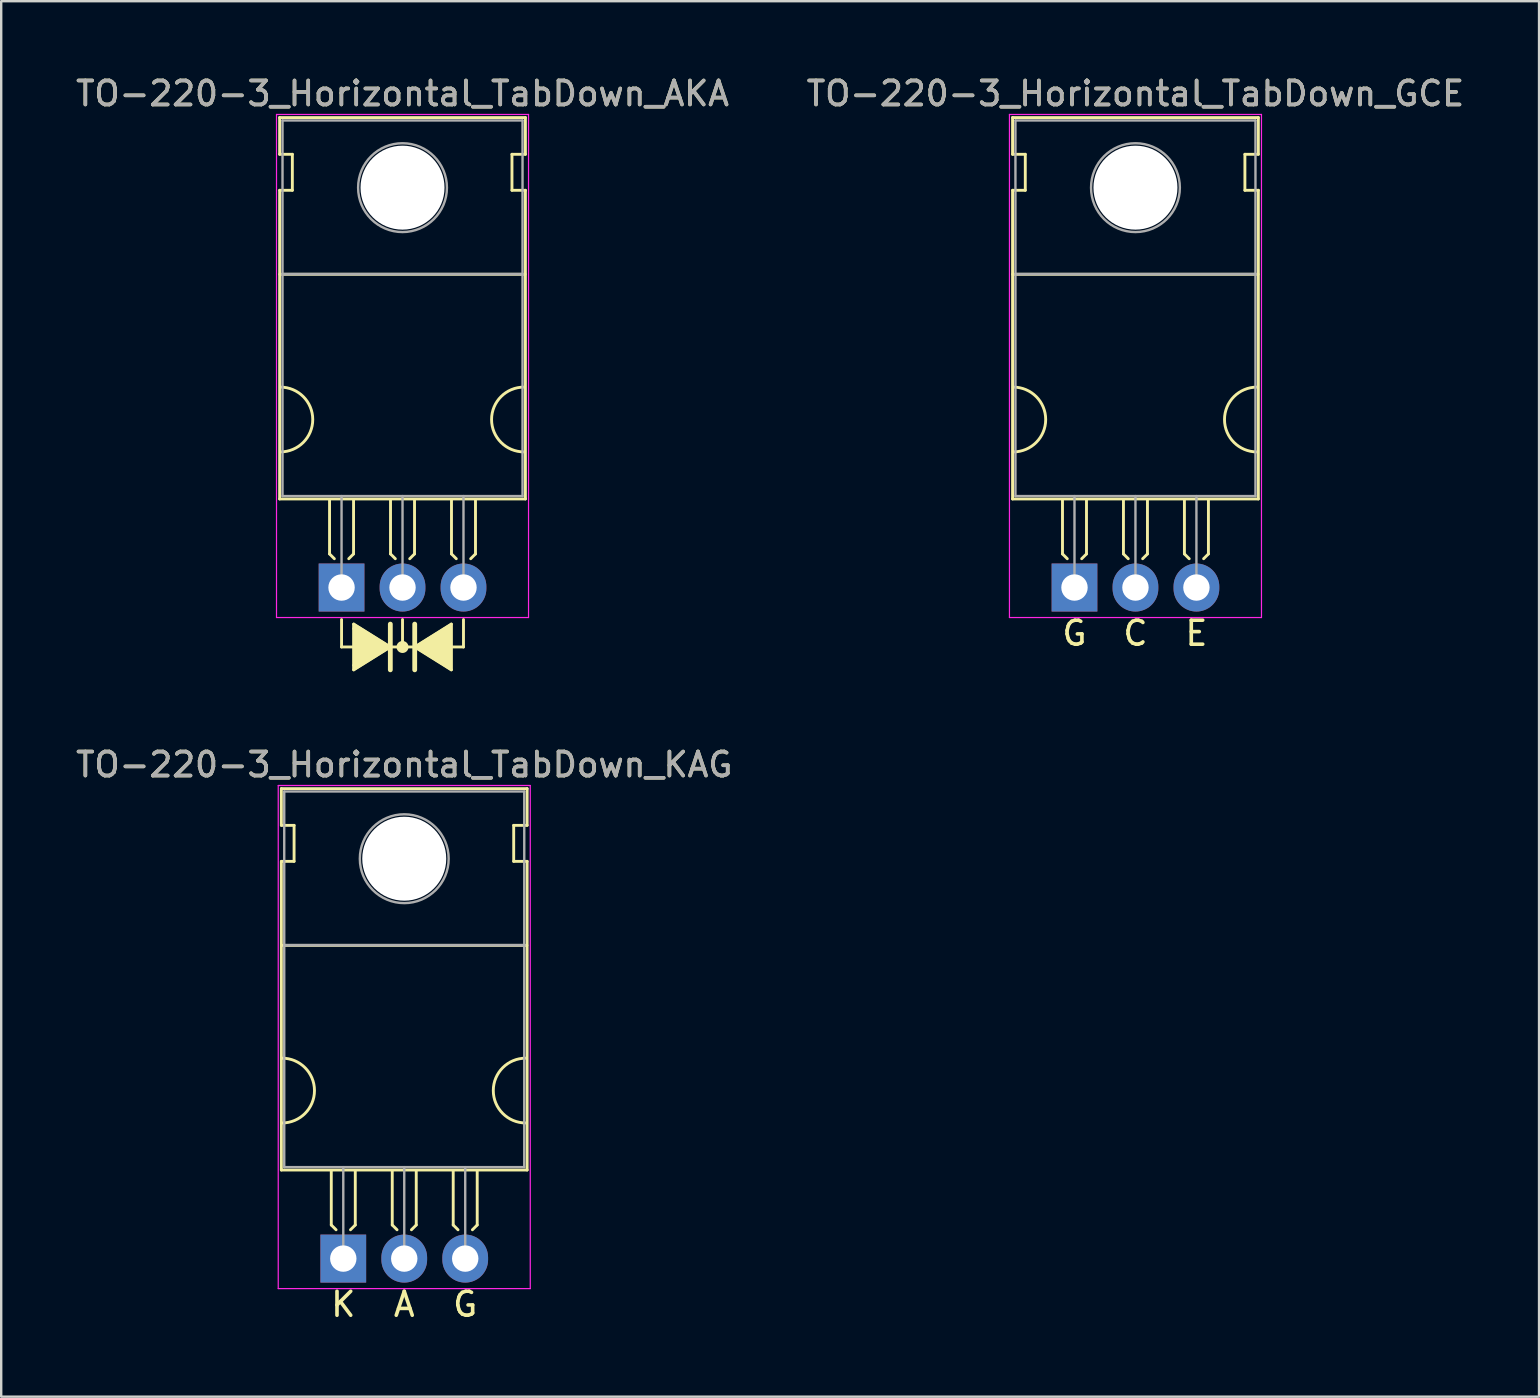
<source format=kicad_pcb>
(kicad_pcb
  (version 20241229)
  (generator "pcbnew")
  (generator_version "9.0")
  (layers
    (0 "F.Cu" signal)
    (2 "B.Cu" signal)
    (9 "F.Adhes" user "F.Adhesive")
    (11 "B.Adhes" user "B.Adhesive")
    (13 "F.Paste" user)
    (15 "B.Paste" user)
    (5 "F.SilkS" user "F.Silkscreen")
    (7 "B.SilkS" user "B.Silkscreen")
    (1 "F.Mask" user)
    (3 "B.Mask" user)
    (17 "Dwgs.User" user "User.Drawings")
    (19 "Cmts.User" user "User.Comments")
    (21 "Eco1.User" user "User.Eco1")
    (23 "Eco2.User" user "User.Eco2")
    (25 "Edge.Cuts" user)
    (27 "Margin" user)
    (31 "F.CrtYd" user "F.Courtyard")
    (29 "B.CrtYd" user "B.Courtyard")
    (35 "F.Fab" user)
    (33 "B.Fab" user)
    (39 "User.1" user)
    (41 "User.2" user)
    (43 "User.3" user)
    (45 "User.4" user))
  (footprint "TO-220-3_Horizontal_TabDown_AKA"
    (layer "F.Cu")
    (at 11.18 21.428)
    (property "Reference" "TO-220-3_Horizontal_TabDown_AKA" (at 2.54 -20.58 0) (layer "F.SilkS") (effects (font (size 1 1) (thickness 0.15))))
    (attr through_hole)
    (fp_line (start -2.58 -19.58) (end -2.58 -18.05) (stroke (width 0.12) (type solid)) (layer "F.SilkS"))
    (fp_line (start -2.58 -19.58) (end 7.66 -19.58) (stroke (width 0.12) (type solid)) (layer "F.SilkS"))
    (fp_line (start -2.58 -18.05) (end -2.05 -18.05) (stroke (width 0.12) (type solid)) (layer "F.SilkS"))
    (fp_line (start -2.58 -16.55) (end -2.58 -3.69) (stroke (width 0.12) (type solid)) (layer "F.SilkS"))
    (fp_line (start -2.58 -3.69) (end 7.66 -3.69) (stroke (width 0.12) (type solid)) (layer "F.SilkS"))
    (fp_line (start -2.575 -13.05) (end 7.65 -13.05) (stroke (width 0.12) (type solid)) (layer "F.SilkS"))
    (fp_line (start -2.05 -18.05) (end -2.05 -16.55) (stroke (width 0.12) (type solid)) (layer "F.SilkS"))
    (fp_line (start -2.05 -16.55) (end -2.575 -16.55) (stroke (width 0.12) (type solid)) (layer "F.SilkS"))
    (fp_line (start -0.5 -3.65) (end -0.5 -1.4) (stroke (width 0.12) (type solid)) (layer "F.SilkS"))
    (fp_line (start -0.5 -1.4) (end -0.3 -1.2) (stroke (width 0.12) (type solid)) (layer "F.SilkS"))
    (fp_line (start 0 1.333) (end 0 2.477) (stroke (width 0.12) (type solid)) (layer "F.SilkS"))
    (fp_line (start 0 2.477) (end 0.508 2.477) (stroke (width 0.12) (type solid)) (layer "F.SilkS"))
    (fp_line (start 0.5 -3.65) (end 0.5 -1.4) (stroke (width 0.12) (type solid)) (layer "F.SilkS"))
    (fp_line (start 0.5 -1.4) (end 0.3 -1.2) (stroke (width 0.12) (type solid)) (layer "F.SilkS"))
    (fp_line (start 0.508 1.714) (end 0.508 1.524) (stroke (width 0.12) (type solid)) (layer "F.SilkS"))
    (fp_line (start 0.508 1.714) (end 0.508 3.239) (stroke (width 0.12) (type solid)) (layer "F.SilkS"))
    (fp_line (start 0.508 3.239) (end 0.508 3.429) (stroke (width 0.12) (type solid)) (layer "F.SilkS"))
    (fp_line (start 2.032 2.477) (end 0.508 1.524) (stroke (width 0.12) (type solid)) (layer "F.SilkS"))
    (fp_line (start 2.032 2.477) (end 0.508 3.429) (stroke (width 0.12) (type solid)) (layer "F.SilkS"))
    (fp_line (start 2.032 3.429) (end 2.032 1.524) (stroke (width 0.2) (type solid)) (layer "F.SilkS"))
    (fp_line (start 2.04 -3.65) (end 2.04 -1.4) (stroke (width 0.12) (type solid)) (layer "F.SilkS"))
    (fp_line (start 2.04 -1.4) (end 2.24 -1.2) (stroke (width 0.12) (type solid)) (layer "F.SilkS"))
    (fp_line (start 2.54 1.333) (end 2.54 2.477) (stroke (width 0.12) (type solid)) (layer "F.SilkS"))
    (fp_line (start 2.54 2.477) (end 2.032 2.477) (stroke (width 0.12) (type solid)) (layer "F.SilkS"))
    (fp_line (start 2.54 2.477) (end 3.048 2.477) (stroke (width 0.12) (type solid)) (layer "F.SilkS"))
    (fp_line (start 3.04 -3.65) (end 3.04 -1.4) (stroke (width 0.12) (type solid)) (layer "F.SilkS"))
    (fp_line (start 3.04 -1.4) (end 2.84 -1.2) (stroke (width 0.12) (type solid)) (layer "F.SilkS"))
    (fp_line (start 3.048 1.524) (end 3.048 3.429) (stroke (width 0.2) (type solid)) (layer "F.SilkS"))
    (fp_line (start 3.048 2.477) (end 4.572 3.429) (stroke (width 0.12) (type solid)) (layer "F.SilkS"))
    (fp_line (start 4.572 1.524) (end 3.048 2.477) (stroke (width 0.12) (type solid)) (layer "F.SilkS"))
    (fp_line (start 4.572 3.429) (end 4.572 1.524) (stroke (width 0.12) (type solid)) (layer "F.SilkS"))
    (fp_line (start 4.58 -3.65) (end 4.58 -1.4) (stroke (width 0.12) (type solid)) (layer "F.SilkS"))
    (fp_line (start 4.58 -1.4) (end 4.78 -1.2) (stroke (width 0.12) (type solid)) (layer "F.SilkS"))
    (fp_line (start 5.08 1.333) (end 5.08 2.477) (stroke (width 0.12) (type solid)) (layer "F.SilkS"))
    (fp_line (start 5.08 2.477) (end 4.572 2.477) (stroke (width 0.12) (type solid)) (layer "F.SilkS"))
    (fp_line (start 5.58 -3.65) (end 5.58 -1.4) (stroke (width 0.12) (type solid)) (layer "F.SilkS"))
    (fp_line (start 5.58 -1.4) (end 5.38 -1.2) (stroke (width 0.12) (type solid)) (layer "F.SilkS"))
    (fp_line (start 7.1 -18.05) (end 7.66 -18.05) (stroke (width 0.12) (type solid)) (layer "F.SilkS"))
    (fp_line (start 7.1 -16.55) (end 7.1 -18.05) (stroke (width 0.12) (type solid)) (layer "F.SilkS"))
    (fp_line (start 7.66 -19.58) (end 7.66 -18.05) (stroke (width 0.12) (type solid)) (layer "F.SilkS"))
    (fp_line (start 7.66 -16.55) (end 7.1 -16.55) (stroke (width 0.12) (type solid)) (layer "F.SilkS"))
    (fp_line (start 7.66 -16.55) (end 7.66 -3.69) (stroke (width 0.12) (type solid)) (layer "F.SilkS"))
    (fp_arc (start -2.55 -8.35) (mid -1.2 -7) (end -2.55 -5.65) (stroke (width 0.12) (type solid)) (layer "F.SilkS"))
    (fp_arc (start 7.6 -5.65) (mid 6.25 -7) (end 7.6 -8.35) (stroke (width 0.12) (type solid)) (layer "F.SilkS"))
    (fp_circle (center 2.54 2.477) (end 2.54 2.54) (stroke (width 0.12) (type solid)) (fill no) (layer "F.SilkS"))
    (fp_circle (center 2.54 2.477) (end 2.54 2.603) (stroke (width 0.12) (type solid)) (fill no) (layer "F.SilkS"))
    (fp_circle (center 2.54 2.477) (end 2.54 2.667) (stroke (width 0.12) (type solid)) (fill no) (layer "F.SilkS"))
    (fp_poly (pts (xy 2.032 2.477) (xy 0.508 3.429) (xy 0.508 1.524)) (stroke (width 0.1) (type solid)) (fill yes) (layer "F.SilkS"))
    (fp_poly (pts (xy 4.572 3.429) (xy 3.048 2.477) (xy 4.572 1.524)) (stroke (width 0.1) (type solid)) (fill yes) (layer "F.SilkS"))
    (fp_line (start -2.71 -19.71) (end -2.71 1.25) (stroke (width 0.05) (type solid)) (layer "F.CrtYd"))
    (fp_line (start -2.71 1.25) (end 7.79 1.25) (stroke (width 0.05) (type solid)) (layer "F.CrtYd"))
    (fp_line (start 7.79 -19.71) (end -2.71 -19.71) (stroke (width 0.05) (type solid)) (layer "F.CrtYd"))
    (fp_line (start 7.79 1.25) (end 7.79 -19.71) (stroke (width 0.05) (type solid)) (layer "F.CrtYd"))
    (fp_line (start -2.46 -19.46) (end 7.54 -19.46) (stroke (width 0.1) (type solid)) (layer "F.Fab"))
    (fp_line (start -2.46 -13.06) (end -2.46 -19.46) (stroke (width 0.1) (type solid)) (layer "F.Fab"))
    (fp_line (start -2.46 -13.06) (end 7.54 -13.06) (stroke (width 0.1) (type solid)) (layer "F.Fab"))
    (fp_line (start -2.46 -3.81) (end -2.46 -13.06) (stroke (width 0.1) (type solid)) (layer "F.Fab"))
    (fp_line (start 0 -3.81) (end 0 0) (stroke (width 0.1) (type solid)) (layer "F.Fab"))
    (fp_line (start 2.54 -3.81) (end 2.54 0) (stroke (width 0.1) (type solid)) (layer "F.Fab"))
    (fp_line (start 5.08 -3.81) (end 5.08 0) (stroke (width 0.1) (type solid)) (layer "F.Fab"))
    (fp_line (start 7.54 -19.46) (end 7.54 -13.06) (stroke (width 0.1) (type solid)) (layer "F.Fab"))
    (fp_line (start 7.54 -13.06) (end -2.46 -13.06) (stroke (width 0.1) (type solid)) (layer "F.Fab"))
    (fp_line (start 7.54 -13.06) (end 7.54 -3.81) (stroke (width 0.1) (type solid)) (layer "F.Fab"))
    (fp_line (start 7.54 -3.81) (end -2.46 -3.81) (stroke (width 0.1) (type solid)) (layer "F.Fab"))
    (fp_circle (center 2.54 -16.66) (end 4.39 -16.66) (stroke (width 0.1) (type solid)) (fill no) (layer "F.Fab"))
    (fp_text user "${REFERENCE}" (at 2.54 -20.58 0) (layer "F.Fab") (effects (font (size 1 1) (thickness 0.15))))
    (pad "" np_thru_hole oval (at 2.54 -16.66) (size 3.5 3.5) (drill 3.5) (layers "*.Cu" "*.Mask"))
    (pad "1" thru_hole rect (at 0 0) (size 1.905 2) (drill 1.1) (layers "*.Cu" "*.Mask"))
    (pad "2" thru_hole oval (at 2.54 0) (size 1.905 2) (drill 1.1) (layers "*.Cu" "*.Mask"))
    (pad "3" thru_hole oval (at 5.08 0) (size 1.905 2) (drill 1.1) (layers "*.Cu" "*.Mask")))
  (footprint "TO-220-3_Horizontal_TabDown_GCE"
    (layer "F.Cu")
    (at 41.716 21.428)
    (property "Reference" "TO-220-3_Horizontal_TabDown_GCE" (at 2.54 -20.58 0) (layer "F.SilkS") (effects (font (size 1 1) (thickness 0.15))))
    (fp_line (start -2.58 -19.58) (end -2.58 -18.05) (stroke (width 0.12) (type solid)) (layer "F.SilkS"))
    (fp_line (start -2.58 -19.58) (end 7.66 -19.58) (stroke (width 0.12) (type solid)) (layer "F.SilkS"))
    (fp_line (start -2.58 -18.05) (end -2.05 -18.05) (stroke (width 0.12) (type solid)) (layer "F.SilkS"))
    (fp_line (start -2.58 -16.55) (end -2.58 -3.69) (stroke (width 0.12) (type solid)) (layer "F.SilkS"))
    (fp_line (start -2.58 -3.69) (end 7.66 -3.69) (stroke (width 0.12) (type solid)) (layer "F.SilkS"))
    (fp_line (start -2.575 -13.05) (end 7.65 -13.05) (stroke (width 0.12) (type solid)) (layer "F.SilkS"))
    (fp_line (start -2.05 -18.05) (end -2.05 -16.55) (stroke (width 0.12) (type solid)) (layer "F.SilkS"))
    (fp_line (start -2.05 -16.55) (end -2.575 -16.55) (stroke (width 0.12) (type solid)) (layer "F.SilkS"))
    (fp_line (start -0.5 -3.65) (end -0.5 -1.4) (stroke (width 0.12) (type solid)) (layer "F.SilkS"))
    (fp_line (start -0.5 -1.4) (end -0.3 -1.2) (stroke (width 0.12) (type solid)) (layer "F.SilkS"))
    (fp_line (start 0.5 -3.65) (end 0.5 -1.4) (stroke (width 0.12) (type solid)) (layer "F.SilkS"))
    (fp_line (start 0.5 -1.4) (end 0.3 -1.2) (stroke (width 0.12) (type solid)) (layer "F.SilkS"))
    (fp_line (start 2.04 -3.65) (end 2.04 -1.4) (stroke (width 0.12) (type solid)) (layer "F.SilkS"))
    (fp_line (start 2.04 -1.4) (end 2.24 -1.2) (stroke (width 0.12) (type solid)) (layer "F.SilkS"))
    (fp_line (start 3.04 -3.65) (end 3.04 -1.4) (stroke (width 0.12) (type solid)) (layer "F.SilkS"))
    (fp_line (start 3.04 -1.4) (end 2.84 -1.2) (stroke (width 0.12) (type solid)) (layer "F.SilkS"))
    (fp_line (start 4.58 -3.65) (end 4.58 -1.4) (stroke (width 0.12) (type solid)) (layer "F.SilkS"))
    (fp_line (start 4.58 -1.4) (end 4.78 -1.2) (stroke (width 0.12) (type solid)) (layer "F.SilkS"))
    (fp_line (start 5.58 -3.65) (end 5.58 -1.4) (stroke (width 0.12) (type solid)) (layer "F.SilkS"))
    (fp_line (start 5.58 -1.4) (end 5.38 -1.2) (stroke (width 0.12) (type solid)) (layer "F.SilkS"))
    (fp_line (start 7.1 -18.05) (end 7.66 -18.05) (stroke (width 0.12) (type solid)) (layer "F.SilkS"))
    (fp_line (start 7.1 -16.55) (end 7.1 -18.05) (stroke (width 0.12) (type solid)) (layer "F.SilkS"))
    (fp_line (start 7.66 -19.58) (end 7.66 -18.05) (stroke (width 0.12) (type solid)) (layer "F.SilkS"))
    (fp_line (start 7.66 -16.55) (end 7.1 -16.55) (stroke (width 0.12) (type solid)) (layer "F.SilkS"))
    (fp_line (start 7.66 -16.55) (end 7.66 -3.69) (stroke (width 0.12) (type solid)) (layer "F.SilkS"))
    (fp_arc (start -2.55 -8.35) (mid -1.2 -7) (end -2.55 -5.65) (stroke (width 0.12) (type solid)) (layer "F.SilkS"))
    (fp_arc (start 7.6 -5.65) (mid 6.25 -7) (end 7.6 -8.35) (stroke (width 0.12) (type solid)) (layer "F.SilkS"))
    (fp_line (start -2.71 -19.71) (end -2.71 1.25) (stroke (width 0.05) (type solid)) (layer "F.CrtYd"))
    (fp_line (start -2.71 1.25) (end 7.79 1.25) (stroke (width 0.05) (type solid)) (layer "F.CrtYd"))
    (fp_line (start 7.79 -19.71) (end -2.71 -19.71) (stroke (width 0.05) (type solid)) (layer "F.CrtYd"))
    (fp_line (start 7.79 1.25) (end 7.79 -19.71) (stroke (width 0.05) (type solid)) (layer "F.CrtYd"))
    (fp_line (start -2.46 -19.46) (end 7.54 -19.46) (stroke (width 0.1) (type solid)) (layer "F.Fab"))
    (fp_line (start -2.46 -13.06) (end -2.46 -19.46) (stroke (width 0.1) (type solid)) (layer "F.Fab"))
    (fp_line (start -2.46 -13.06) (end 7.54 -13.06) (stroke (width 0.1) (type solid)) (layer "F.Fab"))
    (fp_line (start -2.46 -3.81) (end -2.46 -13.06) (stroke (width 0.1) (type solid)) (layer "F.Fab"))
    (fp_line (start 0 -3.81) (end 0 0) (stroke (width 0.1) (type solid)) (layer "F.Fab"))
    (fp_line (start 2.54 -3.81) (end 2.54 0) (stroke (width 0.1) (type solid)) (layer "F.Fab"))
    (fp_line (start 5.08 -3.81) (end 5.08 0) (stroke (width 0.1) (type solid)) (layer "F.Fab"))
    (fp_line (start 7.54 -19.46) (end 7.54 -13.06) (stroke (width 0.1) (type solid)) (layer "F.Fab"))
    (fp_line (start 7.54 -13.06) (end -2.46 -13.06) (stroke (width 0.1) (type solid)) (layer "F.Fab"))
    (fp_line (start 7.54 -13.06) (end 7.54 -3.81) (stroke (width 0.1) (type solid)) (layer "F.Fab"))
    (fp_line (start 7.54 -3.81) (end -2.46 -3.81) (stroke (width 0.1) (type solid)) (layer "F.Fab"))
    (fp_circle (center 2.54 -16.66) (end 4.39 -16.66) (stroke (width 0.1) (type solid)) (fill no) (layer "F.Fab"))
    (fp_text user "G" (at 0 1.905 0) (unlocked yes) (layer "F.SilkS") (effects (font (size 1 1) (thickness 0.15))))
    (fp_text user "E" (at 5.08 1.905 0) (unlocked yes) (layer "F.SilkS") (effects (font (size 1 1) (thickness 0.15))))
    (fp_text user "C" (at 2.54 1.905 0) (unlocked yes) (layer "F.SilkS") (effects (font (size 1 1) (thickness 0.15))))
    (fp_text user "${REFERENCE}" (at 2.54 -20.58 0) (layer "F.Fab") (effects (font (size 1 1) (thickness 0.15))))
    (pad "" np_thru_hole oval (at 2.54 -16.66) (size 3.5 3.5) (drill 3.5) (layers "*.Cu" "*.Mask"))
    (pad "1" thru_hole rect (at 0 0) (size 1.905 2) (drill 1.1) (layers "*.Cu" "*.Mask"))
    (pad "2" thru_hole oval (at 2.54 0) (size 1.905 2) (drill 1.1) (layers "*.Cu" "*.Mask"))
    (pad "3" thru_hole oval (at 5.08 0) (size 1.905 2) (drill 1.1) (layers "*.Cu" "*.Mask")))
  (footprint "TO-220-3_Horizontal_TabDown_KAG"
    (layer "F.Cu")
    (at 11.252 49.386)
    (property "Reference" "TO-220-3_Horizontal_TabDown_KAG" (at 2.54 -20.58 0) (layer "F.SilkS") (effects (font (size 1 1) (thickness 0.15))))
    (fp_line (start -2.58 -19.58) (end -2.58 -18.05) (stroke (width 0.12) (type solid)) (layer "F.SilkS"))
    (fp_line (start -2.58 -19.58) (end 7.66 -19.58) (stroke (width 0.12) (type solid)) (layer "F.SilkS"))
    (fp_line (start -2.58 -18.05) (end -2.05 -18.05) (stroke (width 0.12) (type solid)) (layer "F.SilkS"))
    (fp_line (start -2.58 -16.55) (end -2.58 -3.69) (stroke (width 0.12) (type solid)) (layer "F.SilkS"))
    (fp_line (start -2.58 -3.69) (end 7.66 -3.69) (stroke (width 0.12) (type solid)) (layer "F.SilkS"))
    (fp_line (start -2.575 -13.05) (end 7.65 -13.05) (stroke (width 0.12) (type solid)) (layer "F.SilkS"))
    (fp_line (start -2.05 -18.05) (end -2.05 -16.55) (stroke (width 0.12) (type solid)) (layer "F.SilkS"))
    (fp_line (start -2.05 -16.55) (end -2.575 -16.55) (stroke (width 0.12) (type solid)) (layer "F.SilkS"))
    (fp_line (start -0.5 -3.65) (end -0.5 -1.4) (stroke (width 0.12) (type solid)) (layer "F.SilkS"))
    (fp_line (start -0.5 -1.4) (end -0.3 -1.2) (stroke (width 0.12) (type solid)) (layer "F.SilkS"))
    (fp_line (start 0.5 -3.65) (end 0.5 -1.4) (stroke (width 0.12) (type solid)) (layer "F.SilkS"))
    (fp_line (start 0.5 -1.4) (end 0.3 -1.2) (stroke (width 0.12) (type solid)) (layer "F.SilkS"))
    (fp_line (start 2.04 -3.65) (end 2.04 -1.4) (stroke (width 0.12) (type solid)) (layer "F.SilkS"))
    (fp_line (start 2.04 -1.4) (end 2.24 -1.2) (stroke (width 0.12) (type solid)) (layer "F.SilkS"))
    (fp_line (start 3.04 -3.65) (end 3.04 -1.4) (stroke (width 0.12) (type solid)) (layer "F.SilkS"))
    (fp_line (start 3.04 -1.4) (end 2.84 -1.2) (stroke (width 0.12) (type solid)) (layer "F.SilkS"))
    (fp_line (start 4.58 -3.65) (end 4.58 -1.4) (stroke (width 0.12) (type solid)) (layer "F.SilkS"))
    (fp_line (start 4.58 -1.4) (end 4.78 -1.2) (stroke (width 0.12) (type solid)) (layer "F.SilkS"))
    (fp_line (start 5.58 -3.65) (end 5.58 -1.4) (stroke (width 0.12) (type solid)) (layer "F.SilkS"))
    (fp_line (start 5.58 -1.4) (end 5.38 -1.2) (stroke (width 0.12) (type solid)) (layer "F.SilkS"))
    (fp_line (start 7.1 -18.05) (end 7.66 -18.05) (stroke (width 0.12) (type solid)) (layer "F.SilkS"))
    (fp_line (start 7.1 -16.55) (end 7.1 -18.05) (stroke (width 0.12) (type solid)) (layer "F.SilkS"))
    (fp_line (start 7.66 -19.58) (end 7.66 -18.05) (stroke (width 0.12) (type solid)) (layer "F.SilkS"))
    (fp_line (start 7.66 -16.55) (end 7.1 -16.55) (stroke (width 0.12) (type solid)) (layer "F.SilkS"))
    (fp_line (start 7.66 -16.55) (end 7.66 -3.69) (stroke (width 0.12) (type solid)) (layer "F.SilkS"))
    (fp_arc (start -2.55 -8.35) (mid -1.2 -7) (end -2.55 -5.65) (stroke (width 0.12) (type solid)) (layer "F.SilkS"))
    (fp_arc (start 7.6 -5.65) (mid 6.25 -7) (end 7.6 -8.35) (stroke (width 0.12) (type solid)) (layer "F.SilkS"))
    (fp_line (start -2.71 -19.71) (end -2.71 1.25) (stroke (width 0.05) (type solid)) (layer "F.CrtYd"))
    (fp_line (start -2.71 1.25) (end 7.79 1.25) (stroke (width 0.05) (type solid)) (layer "F.CrtYd"))
    (fp_line (start 7.79 -19.71) (end -2.71 -19.71) (stroke (width 0.05) (type solid)) (layer "F.CrtYd"))
    (fp_line (start 7.79 1.25) (end 7.79 -19.71) (stroke (width 0.05) (type solid)) (layer "F.CrtYd"))
    (fp_line (start -2.46 -19.46) (end 7.54 -19.46) (stroke (width 0.1) (type solid)) (layer "F.Fab"))
    (fp_line (start -2.46 -13.06) (end -2.46 -19.46) (stroke (width 0.1) (type solid)) (layer "F.Fab"))
    (fp_line (start -2.46 -13.06) (end 7.54 -13.06) (stroke (width 0.1) (type solid)) (layer "F.Fab"))
    (fp_line (start -2.46 -3.81) (end -2.46 -13.06) (stroke (width 0.1) (type solid)) (layer "F.Fab"))
    (fp_line (start 0 -3.81) (end 0 0) (stroke (width 0.1) (type solid)) (layer "F.Fab"))
    (fp_line (start 2.54 -3.81) (end 2.54 0) (stroke (width 0.1) (type solid)) (layer "F.Fab"))
    (fp_line (start 5.08 -3.81) (end 5.08 0) (stroke (width 0.1) (type solid)) (layer "F.Fab"))
    (fp_line (start 7.54 -19.46) (end 7.54 -13.06) (stroke (width 0.1) (type solid)) (layer "F.Fab"))
    (fp_line (start 7.54 -13.06) (end -2.46 -13.06) (stroke (width 0.1) (type solid)) (layer "F.Fab"))
    (fp_line (start 7.54 -13.06) (end 7.54 -3.81) (stroke (width 0.1) (type solid)) (layer "F.Fab"))
    (fp_line (start 7.54 -3.81) (end -2.46 -3.81) (stroke (width 0.1) (type solid)) (layer "F.Fab"))
    (fp_circle (center 2.54 -16.66) (end 4.39 -16.66) (stroke (width 0.1) (type solid)) (fill no) (layer "F.Fab"))
    (fp_text user "A" (at 2.54 1.905 0) (unlocked yes) (layer "F.SilkS") (effects (font (size 1 1) (thickness 0.15))))
    (fp_text user "G" (at 5.08 1.905 0) (unlocked yes) (layer "F.SilkS") (effects (font (size 1 1) (thickness 0.15))))
    (fp_text user "K" (at 0 1.905 0) (unlocked yes) (layer "F.SilkS") (effects (font (size 1 1) (thickness 0.15))))
    (fp_text user "${REFERENCE}" (at 2.54 -20.58 0) (layer "F.Fab") (effects (font (size 1 1) (thickness 0.15))))
    (pad "" np_thru_hole oval (at 2.54 -16.66) (size 3.5 3.5) (drill 3.5) (layers "*.Cu" "*.Mask"))
    (pad "1" thru_hole rect (at 0 0) (size 1.905 2) (drill 1.1) (layers "*.Cu" "*.Mask"))
    (pad "2" thru_hole oval (at 2.54 0) (size 1.905 2) (drill 1.1) (layers "*.Cu" "*.Mask"))
    (pad "3" thru_hole oval (at 5.08 0) (size 1.905 2) (drill 1.1) (layers "*.Cu" "*.Mask")))
  (gr_rect
    (start -3 -3)
    (end 61.071 55.139)
    (stroke (width 0.1) (type default))
    (fill no)
    (layer "Edge.Cuts")))
</source>
